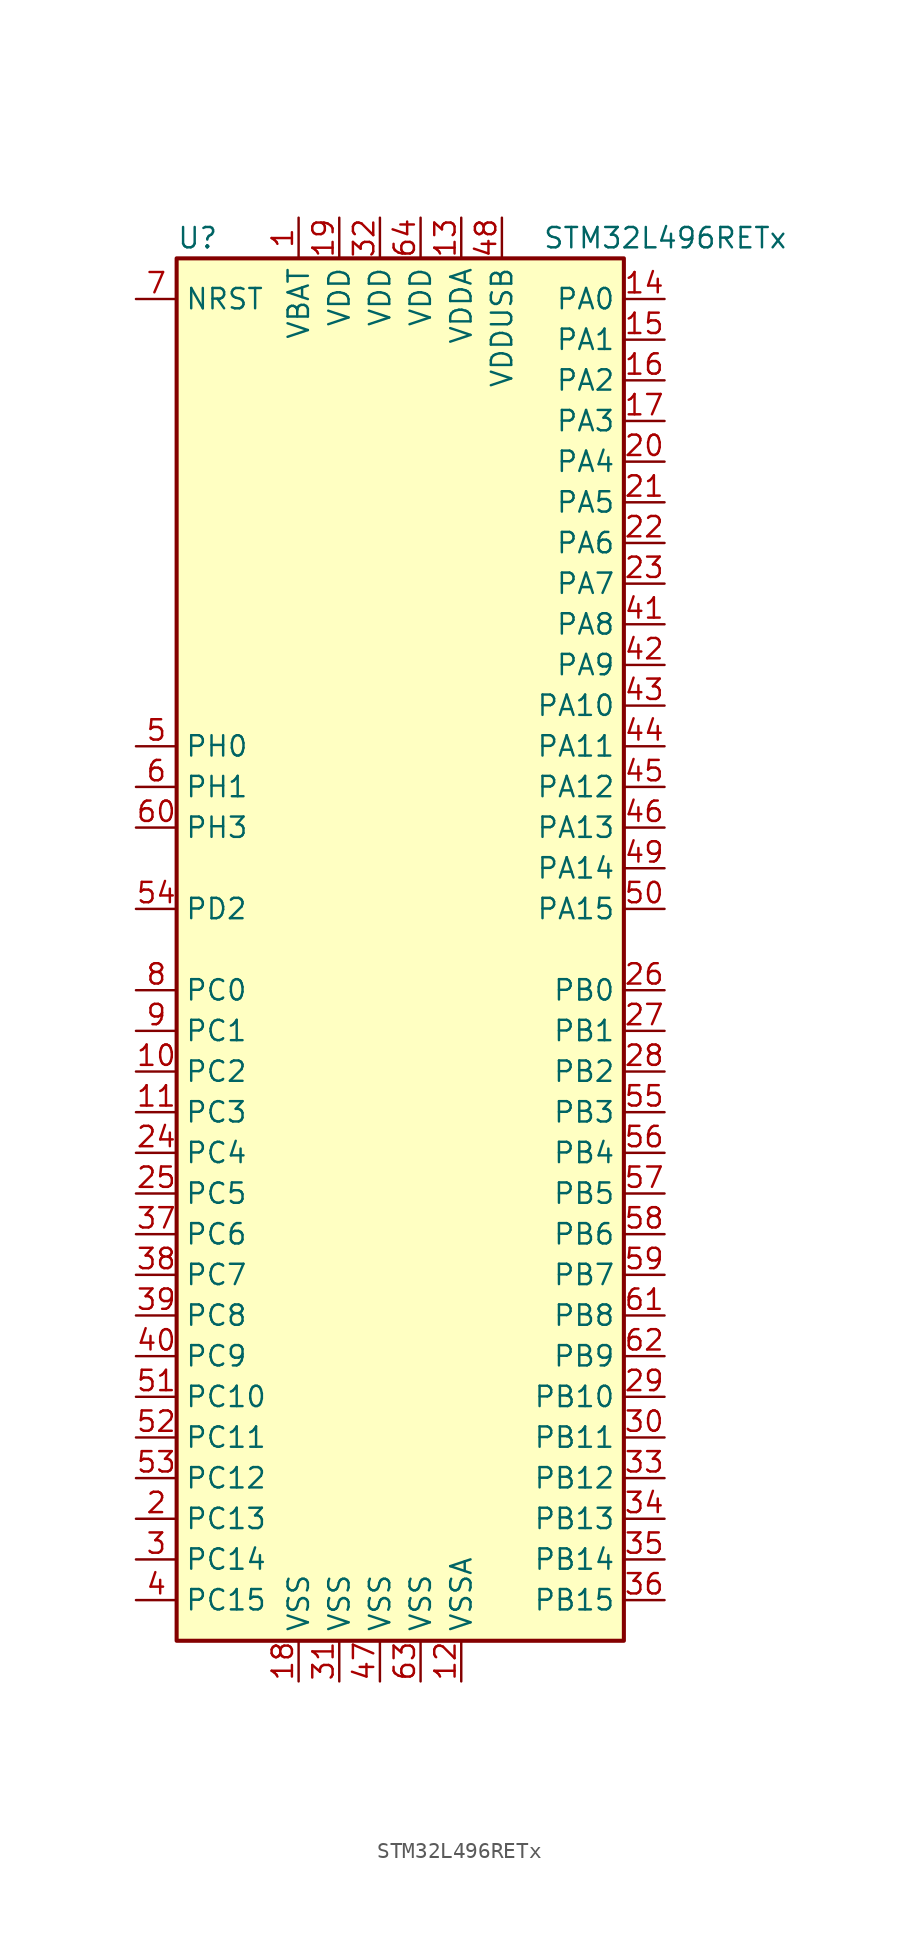
<source format=kicad_sym>
(kicad_symbol_lib
  (version 20220914)
  (generator kicad_symbol_editor)
  (symbol "STM32L496RETx"
    (property "Reference" "U"
      (at -15.24 44.45 0)
      (effects (font (size 1.27 1.27)) (justify left)))
    (property "Value" "STM32L496RETx"
      (at 7.62 44.45 0)
      (effects (font (size 1.27 1.27)) (justify left)))
    (symbol "STM32L496RETx_0_1"
      (rectangle (start -15.24 -43.18) (end 12.7 43.18) (stroke (width 0.254) (type default)) (fill (type background))))
    (symbol "STM32L496RETx_1_1"
      (pin power_in line (at -7.62 45.72 270) (length 2.54) (name "VBAT" (effects (font (size 1.27 1.27)))) (number "1" (effects (font (size 1.27 1.27)))))
      (pin bidirectional line (at -17.78 -7.62 0) (length 2.54) (name "PC2" (effects (font (size 1.27 1.27)))) (number "10" (effects (font (size 1.27 1.27)))))
      (pin bidirectional line (at -17.78 -10.16 0) (length 2.54) (name "PC3" (effects (font (size 1.27 1.27)))) (number "11" (effects (font (size 1.27 1.27)))))
      (pin power_in line (at 2.54 -45.72 90) (length 2.54) (name "VSSA" (effects (font (size 1.27 1.27)))) (number "12" (effects (font (size 1.27 1.27)))))
      (pin power_in line (at 2.54 45.72 270) (length 2.54) (name "VDDA" (effects (font (size 1.27 1.27)))) (number "13" (effects (font (size 1.27 1.27)))))
      (pin bidirectional line (at 15.24 40.64 180) (length 2.54) (name "PA0" (effects (font (size 1.27 1.27)))) (number "14" (effects (font (size 1.27 1.27)))))
      (pin bidirectional line (at 15.24 38.1 180) (length 2.54) (name "PA1" (effects (font (size 1.27 1.27)))) (number "15" (effects (font (size 1.27 1.27)))))
      (pin bidirectional line (at 15.24 35.56 180) (length 2.54) (name "PA2" (effects (font (size 1.27 1.27)))) (number "16" (effects (font (size 1.27 1.27)))))
      (pin bidirectional line (at 15.24 33.02 180) (length 2.54) (name "PA3" (effects (font (size 1.27 1.27)))) (number "17" (effects (font (size 1.27 1.27)))))
      (pin power_in line (at -7.62 -45.72 90) (length 2.54) (name "VSS" (effects (font (size 1.27 1.27)))) (number "18" (effects (font (size 1.27 1.27)))))
      (pin power_in line (at -5.08 45.72 270) (length 2.54) (name "VDD" (effects (font (size 1.27 1.27)))) (number "19" (effects (font (size 1.27 1.27)))))
      (pin bidirectional line (at -17.78 -35.56 0) (length 2.54) (name "PC13" (effects (font (size 1.27 1.27)))) (number "2" (effects (font (size 1.27 1.27)))))
      (pin bidirectional line (at 15.24 30.48 180) (length 2.54) (name "PA4" (effects (font (size 1.27 1.27)))) (number "20" (effects (font (size 1.27 1.27)))))
      (pin bidirectional line (at 15.24 27.94 180) (length 2.54) (name "PA5" (effects (font (size 1.27 1.27)))) (number "21" (effects (font (size 1.27 1.27)))))
      (pin bidirectional line (at 15.24 25.4 180) (length 2.54) (name "PA6" (effects (font (size 1.27 1.27)))) (number "22" (effects (font (size 1.27 1.27)))))
      (pin bidirectional line (at 15.24 22.86 180) (length 2.54) (name "PA7" (effects (font (size 1.27 1.27)))) (number "23" (effects (font (size 1.27 1.27)))))
      (pin bidirectional line (at -17.78 -12.7 0) (length 2.54) (name "PC4" (effects (font (size 1.27 1.27)))) (number "24" (effects (font (size 1.27 1.27)))))
      (pin bidirectional line (at -17.78 -15.24 0) (length 2.54) (name "PC5" (effects (font (size 1.27 1.27)))) (number "25" (effects (font (size 1.27 1.27)))))
      (pin bidirectional line (at 15.24 -2.54 180) (length 2.54) (name "PB0" (effects (font (size 1.27 1.27)))) (number "26" (effects (font (size 1.27 1.27)))))
      (pin bidirectional line (at 15.24 -5.08 180) (length 2.54) (name "PB1" (effects (font (size 1.27 1.27)))) (number "27" (effects (font (size 1.27 1.27)))))
      (pin bidirectional line (at 15.24 -7.62 180) (length 2.54) (name "PB2" (effects (font (size 1.27 1.27)))) (number "28" (effects (font (size 1.27 1.27)))))
      (pin bidirectional line (at 15.24 -27.94 180) (length 2.54) (name "PB10" (effects (font (size 1.27 1.27)))) (number "29" (effects (font (size 1.27 1.27)))))
      (pin bidirectional line (at -17.78 -38.1 0) (length 2.54) (name "PC14" (effects (font (size 1.27 1.27)))) (number "3" (effects (font (size 1.27 1.27)))))
      (pin bidirectional line (at 15.24 -30.48 180) (length 2.54) (name "PB11" (effects (font (size 1.27 1.27)))) (number "30" (effects (font (size 1.27 1.27)))))
      (pin power_in line (at -5.08 -45.72 90) (length 2.54) (name "VSS" (effects (font (size 1.27 1.27)))) (number "31" (effects (font (size 1.27 1.27)))))
      (pin power_in line (at -2.54 45.72 270) (length 2.54) (name "VDD" (effects (font (size 1.27 1.27)))) (number "32" (effects (font (size 1.27 1.27)))))
      (pin bidirectional line (at 15.24 -33.02 180) (length 2.54) (name "PB12" (effects (font (size 1.27 1.27)))) (number "33" (effects (font (size 1.27 1.27)))))
      (pin bidirectional line (at 15.24 -35.56 180) (length 2.54) (name "PB13" (effects (font (size 1.27 1.27)))) (number "34" (effects (font (size 1.27 1.27)))))
      (pin bidirectional line (at 15.24 -38.1 180) (length 2.54) (name "PB14" (effects (font (size 1.27 1.27)))) (number "35" (effects (font (size 1.27 1.27)))))
      (pin bidirectional line (at 15.24 -40.64 180) (length 2.54) (name "PB15" (effects (font (size 1.27 1.27)))) (number "36" (effects (font (size 1.27 1.27)))))
      (pin bidirectional line (at -17.78 -17.78 0) (length 2.54) (name "PC6" (effects (font (size 1.27 1.27)))) (number "37" (effects (font (size 1.27 1.27)))))
      (pin bidirectional line (at -17.78 -20.32 0) (length 2.54) (name "PC7" (effects (font (size 1.27 1.27)))) (number "38" (effects (font (size 1.27 1.27)))))
      (pin bidirectional line (at -17.78 -22.86 0) (length 2.54) (name "PC8" (effects (font (size 1.27 1.27)))) (number "39" (effects (font (size 1.27 1.27)))))
      (pin bidirectional line (at -17.78 -40.64 0) (length 2.54) (name "PC15" (effects (font (size 1.27 1.27)))) (number "4" (effects (font (size 1.27 1.27)))))
      (pin bidirectional line (at -17.78 -25.4 0) (length 2.54) (name "PC9" (effects (font (size 1.27 1.27)))) (number "40" (effects (font (size 1.27 1.27)))))
      (pin bidirectional line (at 15.24 20.32 180) (length 2.54) (name "PA8" (effects (font (size 1.27 1.27)))) (number "41" (effects (font (size 1.27 1.27)))))
      (pin bidirectional line (at 15.24 17.78 180) (length 2.54) (name "PA9" (effects (font (size 1.27 1.27)))) (number "42" (effects (font (size 1.27 1.27)))))
      (pin bidirectional line (at 15.24 15.24 180) (length 2.54) (name "PA10" (effects (font (size 1.27 1.27)))) (number "43" (effects (font (size 1.27 1.27)))))
      (pin bidirectional line (at 15.24 12.7 180) (length 2.54) (name "PA11" (effects (font (size 1.27 1.27)))) (number "44" (effects (font (size 1.27 1.27)))))
      (pin bidirectional line (at 15.24 10.16 180) (length 2.54) (name "PA12" (effects (font (size 1.27 1.27)))) (number "45" (effects (font (size 1.27 1.27)))))
      (pin bidirectional line (at 15.24 7.62 180) (length 2.54) (name "PA13" (effects (font (size 1.27 1.27)))) (number "46" (effects (font (size 1.27 1.27)))))
      (pin power_in line (at -2.54 -45.72 90) (length 2.54) (name "VSS" (effects (font (size 1.27 1.27)))) (number "47" (effects (font (size 1.27 1.27)))))
      (pin power_in line (at 5.08 45.72 270) (length 2.54) (name "VDDUSB" (effects (font (size 1.27 1.27)))) (number "48" (effects (font (size 1.27 1.27)))))
      (pin bidirectional line (at 15.24 5.08 180) (length 2.54) (name "PA14" (effects (font (size 1.27 1.27)))) (number "49" (effects (font (size 1.27 1.27)))))
      (pin input line (at -17.78 12.7 0) (length 2.54) (name "PH0" (effects (font (size 1.27 1.27)))) (number "5" (effects (font (size 1.27 1.27)))))
      (pin bidirectional line (at 15.24 2.54 180) (length 2.54) (name "PA15" (effects (font (size 1.27 1.27)))) (number "50" (effects (font (size 1.27 1.27)))))
      (pin bidirectional line (at -17.78 -27.94 0) (length 2.54) (name "PC10" (effects (font (size 1.27 1.27)))) (number "51" (effects (font (size 1.27 1.27)))))
      (pin bidirectional line (at -17.78 -30.48 0) (length 2.54) (name "PC11" (effects (font (size 1.27 1.27)))) (number "52" (effects (font (size 1.27 1.27)))))
      (pin bidirectional line (at -17.78 -33.02 0) (length 2.54) (name "PC12" (effects (font (size 1.27 1.27)))) (number "53" (effects (font (size 1.27 1.27)))))
      (pin bidirectional line (at -17.78 2.54 0) (length 2.54) (name "PD2" (effects (font (size 1.27 1.27)))) (number "54" (effects (font (size 1.27 1.27)))))
      (pin bidirectional line (at 15.24 -10.16 180) (length 2.54) (name "PB3" (effects (font (size 1.27 1.27)))) (number "55" (effects (font (size 1.27 1.27)))))
      (pin bidirectional line (at 15.24 -12.7 180) (length 2.54) (name "PB4" (effects (font (size 1.27 1.27)))) (number "56" (effects (font (size 1.27 1.27)))))
      (pin bidirectional line (at 15.24 -15.24 180) (length 2.54) (name "PB5" (effects (font (size 1.27 1.27)))) (number "57" (effects (font (size 1.27 1.27)))))
      (pin bidirectional line (at 15.24 -17.78 180) (length 2.54) (name "PB6" (effects (font (size 1.27 1.27)))) (number "58" (effects (font (size 1.27 1.27)))))
      (pin bidirectional line (at 15.24 -20.32 180) (length 2.54) (name "PB7" (effects (font (size 1.27 1.27)))) (number "59" (effects (font (size 1.27 1.27)))))
      (pin input line (at -17.78 10.16 0) (length 2.54) (name "PH1" (effects (font (size 1.27 1.27)))) (number "6" (effects (font (size 1.27 1.27)))))
      (pin bidirectional line (at -17.78 7.62 0) (length 2.54) (name "PH3" (effects (font (size 1.27 1.27)))) (number "60" (effects (font (size 1.27 1.27)))))
      (pin bidirectional line (at 15.24 -22.86 180) (length 2.54) (name "PB8" (effects (font (size 1.27 1.27)))) (number "61" (effects (font (size 1.27 1.27)))))
      (pin bidirectional line (at 15.24 -25.4 180) (length 2.54) (name "PB9" (effects (font (size 1.27 1.27)))) (number "62" (effects (font (size 1.27 1.27)))))
      (pin power_in line (at 0 -45.72 90) (length 2.54) (name "VSS" (effects (font (size 1.27 1.27)))) (number "63" (effects (font (size 1.27 1.27)))))
      (pin power_in line (at 0 45.72 270) (length 2.54) (name "VDD" (effects (font (size 1.27 1.27)))) (number "64" (effects (font (size 1.27 1.27)))))
      (pin input line (at -17.78 40.64 0) (length 2.54) (name "NRST" (effects (font (size 1.27 1.27)))) (number "7" (effects (font (size 1.27 1.27)))))
      (pin bidirectional line (at -17.78 -2.54 0) (length 2.54) (name "PC0" (effects (font (size 1.27 1.27)))) (number "8" (effects (font (size 1.27 1.27)))))
      (pin bidirectional line (at -17.78 -5.08 0) (length 2.54) (name "PC1" (effects (font (size 1.27 1.27)))) (number "9" (effects (font (size 1.27 1.27))))))))
</source>
